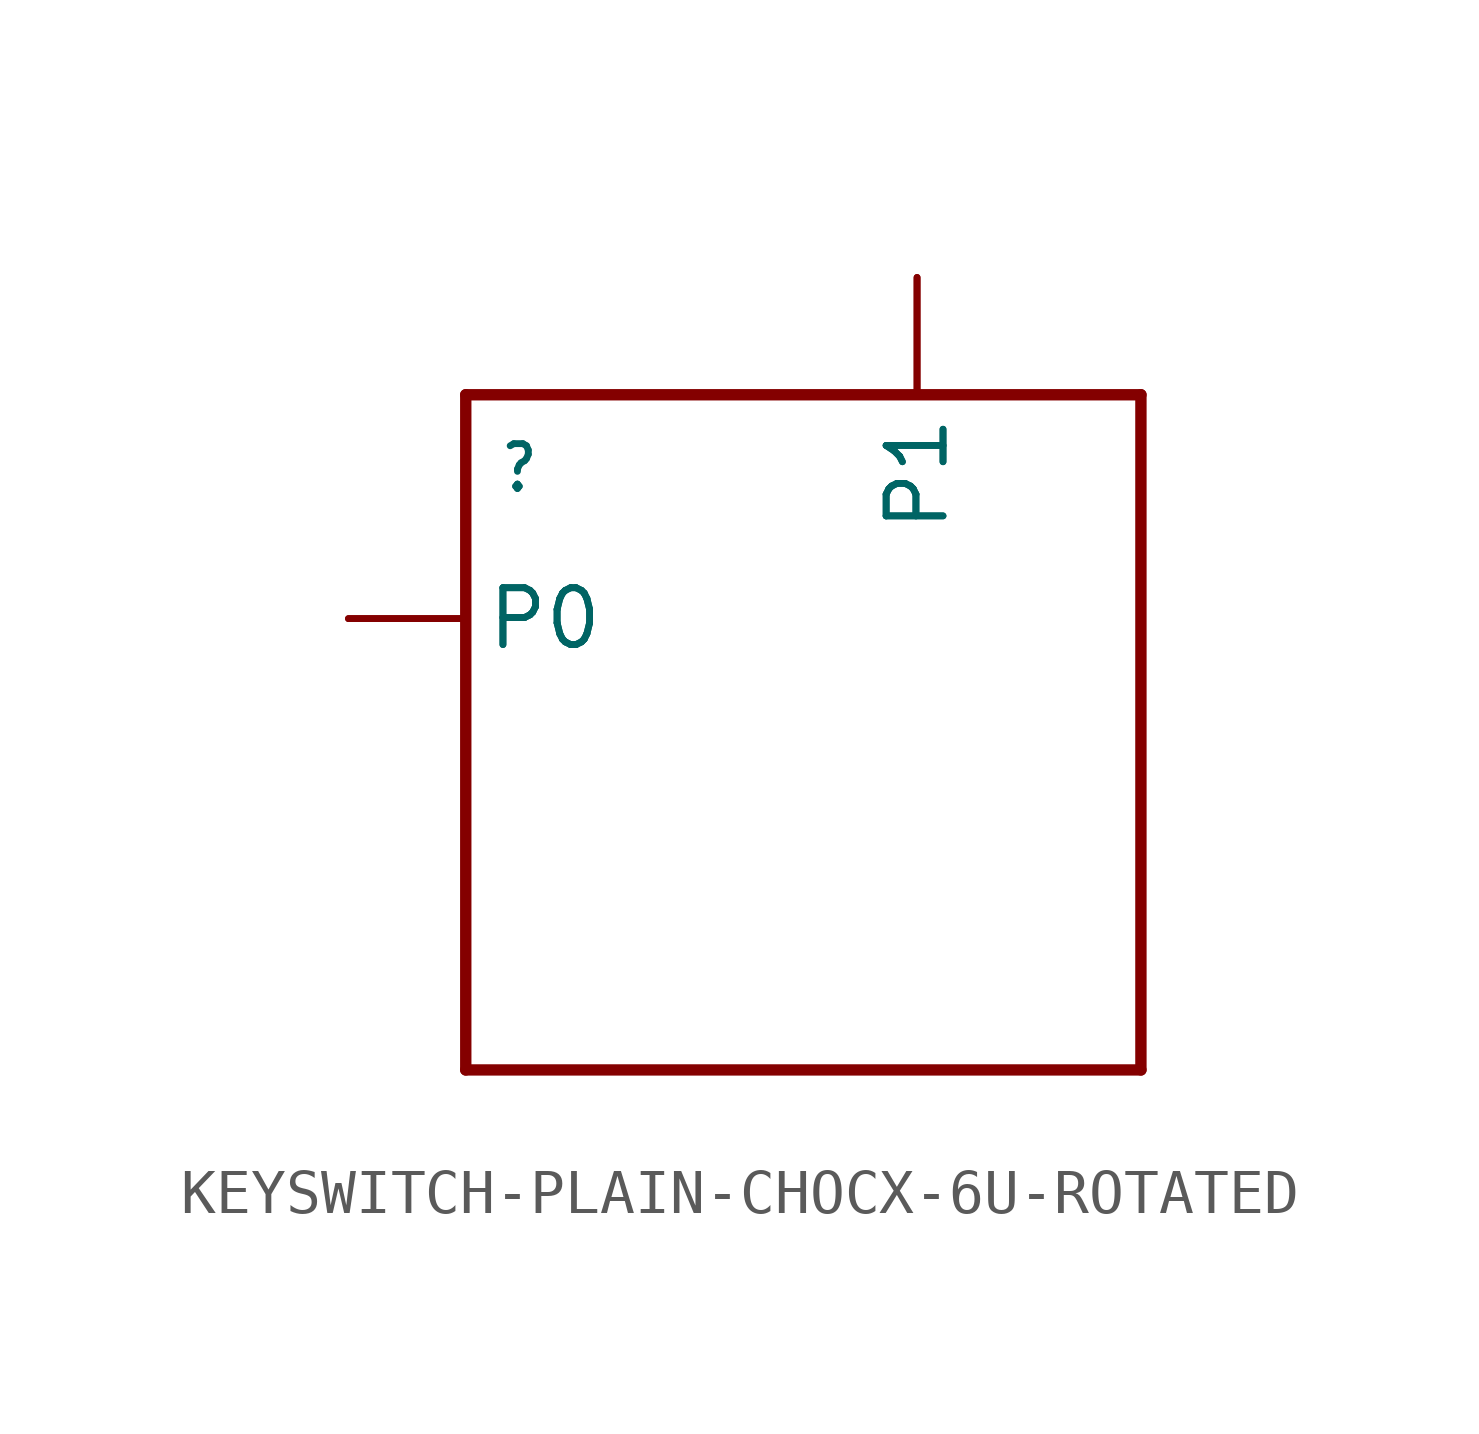
<source format=kicad_sym>
(kicad_symbol_lib
  (version 20211014)
  (generator kicad_symbol_editor)
  (symbol "KEYSWITCH-PLAIN-CHOCX-6U-ROTATED"
    (property "Reference" ""
      (at -6.81 5.318 0)
      (effects (font (size 1 0.85)) (justify left bottom)))
    (property "ki_locked" ""
      (at 0 0 0)
      (effects (font (size 1.27 1.27))))
    (symbol "KEYSWITCH-PLAIN-CHOCX-6U-ROTATED_1_0"
      (polyline (pts (xy -7.54 -7.54) (xy -7.54 7.54)) (stroke (width 0.254) (type default) (color 0 0 0 0)) (fill (type none)))
      (polyline (pts (xy -7.54 7.54) (xy 7.54 7.54)) (stroke (width 0.254) (type default) (color 0 0 0 0)) (fill (type none)))
      (polyline (pts (xy 7.54 -7.54) (xy -7.54 -7.54)) (stroke (width 0.254) (type default) (color 0 0 0 0)) (fill (type none)))
      (polyline (pts (xy 7.54 7.54) (xy 7.54 -7.54)) (stroke (width 0.254) (type default) (color 0 0 0 0)) (fill (type none)))
      (pin bidirectional line (at -10.16 2.54 0) (length 2.54) (name "P0" (effects (font (size 1.27 1.27)))) (number "CHOC1" (effects (font (size 0 0)))))
      (pin bidirectional line (at 2.54 10.16 270) (length 2.54) (name "P1" (effects (font (size 1.27 1.27)))) (number "CHOC2" (effects (font (size 0 0)))))
      (pin bidirectional line (at -10.16 2.54 0) (length 2.54) (name "P0" (effects (font (size 1.27 1.27)))) (number "X1" (effects (font (size 0 0)))))
      (pin bidirectional line (at 2.54 10.16 270) (length 2.54) (name "P1" (effects (font (size 1.27 1.27)))) (number "X2" (effects (font (size 0 0))))))))
</source>
